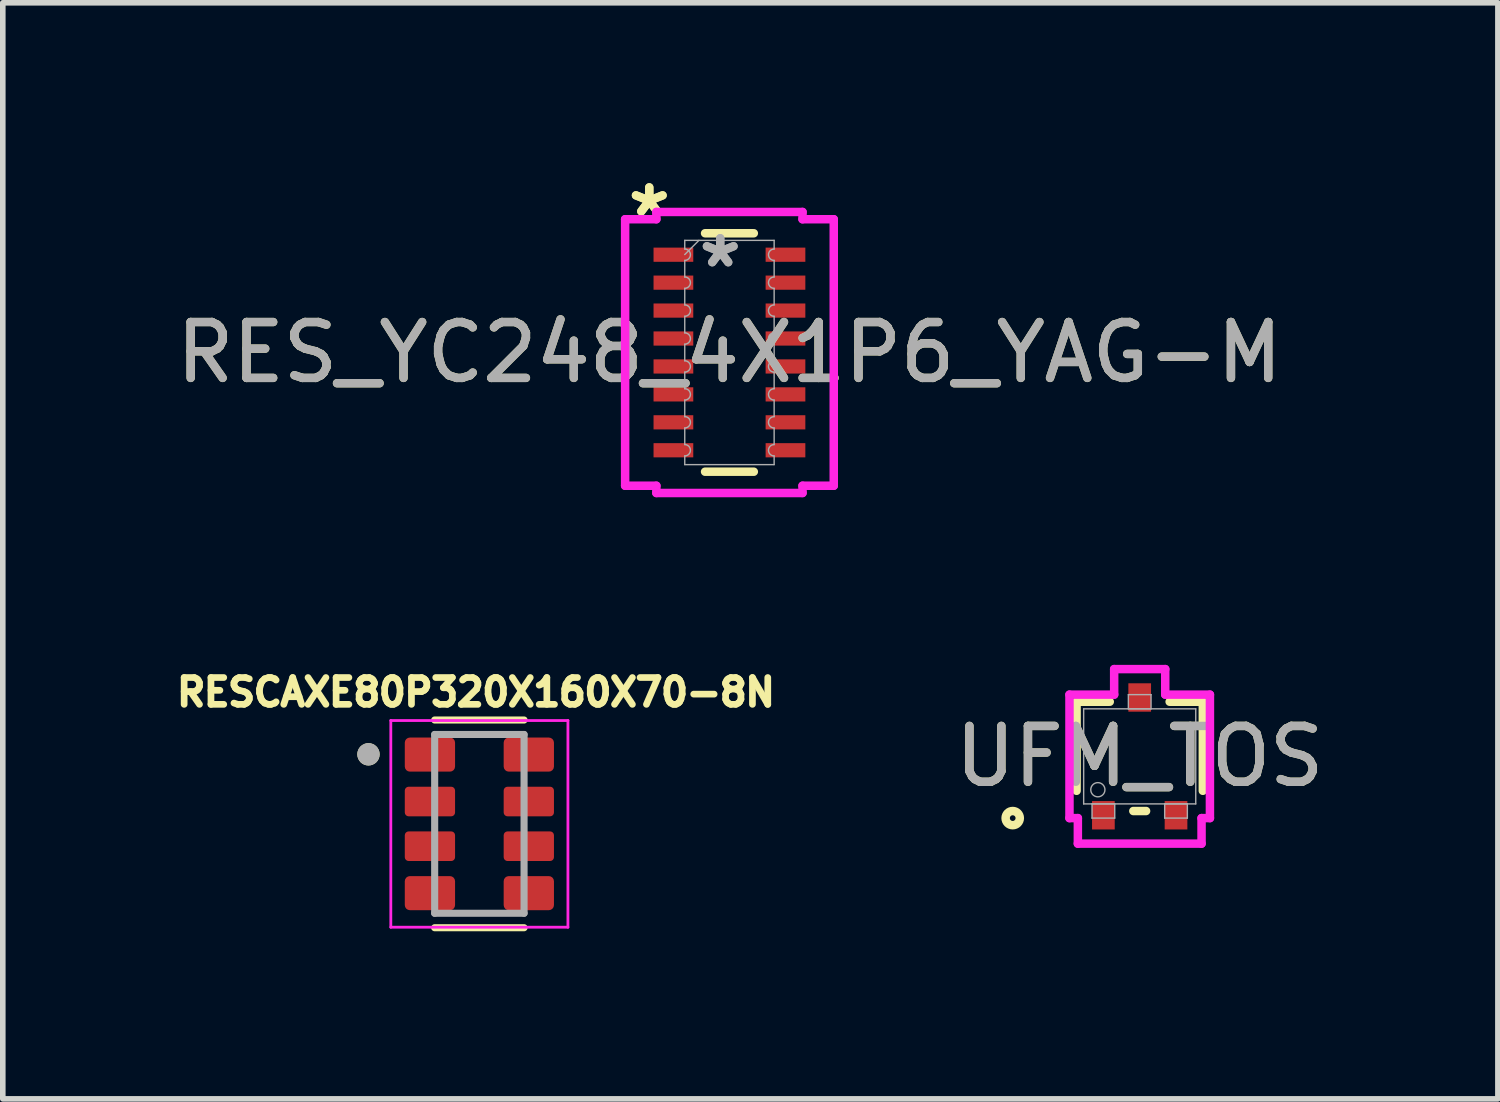
<source format=kicad_pcb>
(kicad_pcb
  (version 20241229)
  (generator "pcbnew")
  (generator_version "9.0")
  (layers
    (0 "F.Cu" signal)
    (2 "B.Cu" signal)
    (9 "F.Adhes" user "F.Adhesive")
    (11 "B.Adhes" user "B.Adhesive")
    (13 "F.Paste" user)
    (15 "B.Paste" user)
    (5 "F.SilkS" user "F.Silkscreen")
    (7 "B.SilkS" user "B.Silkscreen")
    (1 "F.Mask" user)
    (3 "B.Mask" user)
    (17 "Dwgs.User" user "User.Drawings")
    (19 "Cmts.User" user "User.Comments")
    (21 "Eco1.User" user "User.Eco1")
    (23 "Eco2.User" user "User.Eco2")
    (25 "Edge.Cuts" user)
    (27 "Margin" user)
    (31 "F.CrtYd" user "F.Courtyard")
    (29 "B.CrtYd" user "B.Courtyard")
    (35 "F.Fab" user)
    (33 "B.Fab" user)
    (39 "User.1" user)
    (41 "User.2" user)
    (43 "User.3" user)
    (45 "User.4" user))
  (footprint "RES_YC248_4X1P6_YAG-M"
    (layer "F.Cu")
    (at 10.006 3.259)
    (property "Reference" "RES_YC248_4X1P6_YAG-M" (at 0 0 0) (unlocked yes) (layer "F.SilkS") (effects (font (size 1 1) (thickness 0.15))))
    (attr smd)
    (fp_line (start -0.436 -2.134) (end 0.436 -2.134) (stroke (width 0.152) (type solid)) (layer "F.SilkS"))
    (fp_line (start -0.436 2.134) (end 0.436 2.134) (stroke (width 0.152) (type solid)) (layer "F.SilkS"))
    (fp_line (start -1.867 -2.385) (end -1.308 -2.385) (stroke (width 0.152) (type solid)) (layer "F.CrtYd"))
    (fp_line (start -1.867 2.385) (end -1.867 -2.385) (stroke (width 0.152) (type solid)) (layer "F.CrtYd"))
    (fp_line (start -1.867 2.385) (end -1.308 2.385) (stroke (width 0.152) (type solid)) (layer "F.CrtYd"))
    (fp_line (start -1.308 -2.515) (end 1.308 -2.515) (stroke (width 0.152) (type solid)) (layer "F.CrtYd"))
    (fp_line (start -1.308 -2.385) (end -1.308 -2.515) (stroke (width 0.152) (type solid)) (layer "F.CrtYd"))
    (fp_line (start -1.308 2.515) (end -1.308 2.385) (stroke (width 0.152) (type solid)) (layer "F.CrtYd"))
    (fp_line (start 1.308 -2.515) (end 1.308 -2.385) (stroke (width 0.152) (type solid)) (layer "F.CrtYd"))
    (fp_line (start 1.308 2.385) (end 1.308 2.515) (stroke (width 0.152) (type solid)) (layer "F.CrtYd"))
    (fp_line (start 1.308 2.515) (end -1.308 2.515) (stroke (width 0.152) (type solid)) (layer "F.CrtYd"))
    (fp_line (start 1.867 -2.385) (end 1.308 -2.385) (stroke (width 0.152) (type solid)) (layer "F.CrtYd"))
    (fp_line (start 1.867 -2.385) (end 1.867 2.385) (stroke (width 0.152) (type solid)) (layer "F.CrtYd"))
    (fp_line (start 1.867 2.385) (end 1.308 2.385) (stroke (width 0.152) (type solid)) (layer "F.CrtYd"))
    (fp_line (start -0.8 -2.007) (end 0.8 -2.007) (stroke (width 0.025) (type solid)) (layer "F.Fab"))
    (fp_line (start -0.8 -1.852) (end -0.8 -2.007) (stroke (width 0.025) (type solid)) (layer "F.Fab"))
    (fp_line (start -0.8 -1.648) (end -0.8 -1.352) (stroke (width 0.025) (type solid)) (layer "F.Fab"))
    (fp_line (start -0.8 -1.148) (end -0.8 -0.852) (stroke (width 0.025) (type solid)) (layer "F.Fab"))
    (fp_line (start -0.8 -0.648) (end -0.8 -0.352) (stroke (width 0.025) (type solid)) (layer "F.Fab"))
    (fp_line (start -0.8 -0.148) (end -0.8 0.148) (stroke (width 0.025) (type solid)) (layer "F.Fab"))
    (fp_line (start -0.8 0.352) (end -0.8 0.648) (stroke (width 0.025) (type solid)) (layer "F.Fab"))
    (fp_line (start -0.8 0.852) (end -0.8 1.148) (stroke (width 0.025) (type solid)) (layer "F.Fab"))
    (fp_line (start -0.8 1.352) (end -0.8 1.648) (stroke (width 0.025) (type solid)) (layer "F.Fab"))
    (fp_line (start -0.8 1.852) (end -0.8 2.007) (stroke (width 0.025) (type solid)) (layer "F.Fab"))
    (fp_line (start -0.8 2.007) (end 0.8 2.007) (stroke (width 0.025) (type solid)) (layer "F.Fab"))
    (fp_line (start -0.546 -2.007) (end -0.8 -1.753) (stroke (width 0.025) (type solid)) (layer "F.Fab"))
    (fp_line (start 0.8 -1.852) (end 0.8 -2.007) (stroke (width 0.025) (type solid)) (layer "F.Fab"))
    (fp_line (start 0.8 -1.648) (end 0.8 -1.352) (stroke (width 0.025) (type solid)) (layer "F.Fab"))
    (fp_line (start 0.8 -1.148) (end 0.8 -0.852) (stroke (width 0.025) (type solid)) (layer "F.Fab"))
    (fp_line (start 0.8 -0.648) (end 0.8 -0.352) (stroke (width 0.025) (type solid)) (layer "F.Fab"))
    (fp_line (start 0.8 -0.148) (end 0.8 0.148) (stroke (width 0.025) (type solid)) (layer "F.Fab"))
    (fp_line (start 0.8 0.352) (end 0.8 0.648) (stroke (width 0.025) (type solid)) (layer "F.Fab"))
    (fp_line (start 0.8 0.852) (end 0.8 1.148) (stroke (width 0.025) (type solid)) (layer "F.Fab"))
    (fp_line (start 0.8 1.352) (end 0.8 1.648) (stroke (width 0.025) (type solid)) (layer "F.Fab"))
    (fp_line (start 0.8 1.852) (end 0.8 2.007) (stroke (width 0.025) (type solid)) (layer "F.Fab"))
    (fp_arc (start -0.8001 -1.851599) (mid -0.6985 -1.749999) (end -0.8001 -1.648399) (stroke (width 0.0254) (type solid)) (layer "F.Fab"))
    (fp_arc (start -0.8001 -1.3516) (mid -0.6985 -1.25) (end -0.8001 -1.1484) (stroke (width 0.0254) (type solid)) (layer "F.Fab"))
    (fp_arc (start -0.8001 -0.851601) (mid -0.6985 -0.750001) (end -0.8001 -0.648401) (stroke (width 0.0254) (type solid)) (layer "F.Fab"))
    (fp_arc (start -0.8001 -0.351599) (mid -0.6985 -0.25) (end -0.8001 -0.1484) (stroke (width 0.0254) (type solid)) (layer "F.Fab"))
    (fp_arc (start -0.8001 0.1484) (mid -0.6985 0.249999) (end -0.8001 0.351599) (stroke (width 0.0254) (type solid)) (layer "F.Fab"))
    (fp_arc (start -0.8001 0.648401) (mid -0.6985 0.750001) (end -0.8001 0.851601) (stroke (width 0.0254) (type solid)) (layer "F.Fab"))
    (fp_arc (start -0.8001 1.1484) (mid -0.6985 1.25) (end -0.8001 1.3516) (stroke (width 0.0254) (type solid)) (layer "F.Fab"))
    (fp_arc (start -0.8001 1.648399) (mid -0.6985 1.749999) (end -0.8001 1.851599) (stroke (width 0.0254) (type solid)) (layer "F.Fab"))
    (fp_arc (start 0.8001 -1.648399) (mid 0.6985 -1.749999) (end 0.8001 -1.851599) (stroke (width 0.0254) (type solid)) (layer "F.Fab"))
    (fp_arc (start 0.8001 -1.1484) (mid 0.6985 -1.25) (end 0.8001 -1.3516) (stroke (width 0.0254) (type solid)) (layer "F.Fab"))
    (fp_arc (start 0.8001 -0.648401) (mid 0.6985 -0.750001) (end 0.8001 -0.851601) (stroke (width 0.0254) (type solid)) (layer "F.Fab"))
    (fp_arc (start 0.8001 -0.1484) (mid 0.6985 -0.249999) (end 0.8001 -0.351599) (stroke (width 0.0254) (type solid)) (layer "F.Fab"))
    (fp_arc (start 0.8001 0.351599) (mid 0.6985 0.25) (end 0.8001 0.1484) (stroke (width 0.0254) (type solid)) (layer "F.Fab"))
    (fp_arc (start 0.8001 0.851601) (mid 0.6985 0.750001) (end 0.8001 0.648401) (stroke (width 0.0254) (type solid)) (layer "F.Fab"))
    (fp_arc (start 0.8001 1.3516) (mid 0.6985 1.25) (end 0.8001 1.1484) (stroke (width 0.0254) (type solid)) (layer "F.Fab"))
    (fp_arc (start 0.8001 1.851599) (mid 0.6985 1.749999) (end 0.8001 1.648399) (stroke (width 0.0254) (type solid)) (layer "F.Fab"))
    (fp_text user "*" (at -1.435 -2.41 0) (unlocked yes) (layer "F.SilkS") (effects (font (size 1 1) (thickness 0.15))))
    (fp_text user "*" (at -1.435 -2.41 0) (layer "F.SilkS") (effects (font (size 1 1) (thickness 0.15))))
    (fp_text user "*" (at -0.165 -1.499 0) (unlocked yes) (layer "F.Fab") (effects (font (size 1 1) (thickness 0.15))))
    (fp_text user "*" (at -0.165 -1.499 0) (layer "F.Fab") (effects (font (size 1 1) (thickness 0.15))))
    (fp_text user "${REFERENCE}" (at 0 0 0) (unlocked yes) (layer "F.Fab") (effects (font (size 1 1) (thickness 0.15))))
    (pad "1" smd rect (at -1.003 -1.75) (size 0.711 0.254) (layers "F.Cu" "F.Mask" "F.Paste"))
    (pad "2" smd rect (at -1.003 -1.25) (size 0.711 0.254) (layers "F.Cu" "F.Mask" "F.Paste"))
    (pad "3" smd rect (at -1.003 -0.75) (size 0.711 0.254) (layers "F.Cu" "F.Mask" "F.Paste"))
    (pad "4" smd rect (at -1.003 -0.25) (size 0.711 0.254) (layers "F.Cu" "F.Mask" "F.Paste"))
    (pad "5" smd rect (at -1.003 0.25) (size 0.711 0.254) (layers "F.Cu" "F.Mask" "F.Paste"))
    (pad "6" smd rect (at -1.003 0.75) (size 0.711 0.254) (layers "F.Cu" "F.Mask" "F.Paste"))
    (pad "7" smd rect (at -1.003 1.25) (size 0.711 0.254) (layers "F.Cu" "F.Mask" "F.Paste"))
    (pad "8" smd rect (at -1.003 1.75) (size 0.711 0.254) (layers "F.Cu" "F.Mask" "F.Paste"))
    (pad "9" smd rect (at 1.003 1.75) (size 0.711 0.254) (layers "F.Cu" "F.Mask" "F.Paste"))
    (pad "10" smd rect (at 1.003 1.25) (size 0.711 0.254) (layers "F.Cu" "F.Mask" "F.Paste"))
    (pad "11" smd rect (at 1.003 0.75) (size 0.711 0.254) (layers "F.Cu" "F.Mask" "F.Paste"))
    (pad "12" smd rect (at 1.003 0.25) (size 0.711 0.254) (layers "F.Cu" "F.Mask" "F.Paste"))
    (pad "13" smd rect (at 1.003 -0.25) (size 0.711 0.254) (layers "F.Cu" "F.Mask" "F.Paste"))
    (pad "14" smd rect (at 1.003 -0.75) (size 0.711 0.254) (layers "F.Cu" "F.Mask" "F.Paste"))
    (pad "15" smd rect (at 1.003 -1.25) (size 0.711 0.254) (layers "F.Cu" "F.Mask" "F.Paste"))
    (pad "16" smd rect (at 1.003 -1.75) (size 0.711 0.254) (layers "F.Cu" "F.Mask" "F.Paste")))
  (footprint "RESCAXE80P320X160X70-8N"
    (layer "F.Cu")
    (at 5.53 11.696)
    (property "Reference" "RESCAXE80P320X160X70-8N" (at -0.061 -2.355 0) (layer "F.SilkS") (effects (font (size 0.48 0.48) (thickness 0.15))))
    (attr smd)
    (fp_line (start -0.8 1.859) (end 0.8 1.859) (stroke (width 0.127) (type solid)) (layer "F.SilkS"))
    (fp_line (start 0.8 -1.859) (end -0.8 -1.859) (stroke (width 0.127) (type solid)) (layer "F.SilkS"))
    (fp_circle (center -1.985 -1.245) (end -1.885 -1.245) (stroke (width 0.2) (type solid)) (fill no) (layer "F.SilkS"))
    (fp_line (start -1.585 -1.85) (end -1.585 1.85) (stroke (width 0.05) (type solid)) (layer "F.CrtYd"))
    (fp_line (start -1.585 1.85) (end 1.585 1.85) (stroke (width 0.05) (type solid)) (layer "F.CrtYd"))
    (fp_line (start 1.585 -1.85) (end -1.585 -1.85) (stroke (width 0.05) (type solid)) (layer "F.CrtYd"))
    (fp_line (start 1.585 1.85) (end 1.585 -1.85) (stroke (width 0.05) (type solid)) (layer "F.CrtYd"))
    (fp_line (start -0.8 -1.6) (end -0.8 1.6) (stroke (width 0.127) (type solid)) (layer "F.Fab"))
    (fp_line (start -0.8 1.6) (end 0.8 1.6) (stroke (width 0.127) (type solid)) (layer "F.Fab"))
    (fp_line (start 0.8 -1.6) (end -0.8 -1.6) (stroke (width 0.127) (type solid)) (layer "F.Fab"))
    (fp_line (start 0.8 1.6) (end 0.8 -1.6) (stroke (width 0.127) (type solid)) (layer "F.Fab"))
    (fp_circle (center -1.985 -1.245) (end -1.885 -1.245) (stroke (width 0.2) (type solid)) (fill no) (layer "F.Fab"))
    (pad "1" smd roundrect (at -0.885 -1.24) (size 0.9 0.61) (layers "F.Cu" "F.Mask" "F.Paste") (roundrect_rratio 0.15))
    (pad "2" smd roundrect (at -0.885 -0.4) (size 0.9 0.53) (layers "F.Cu" "F.Mask" "F.Paste") (roundrect_rratio 0.13))
    (pad "3" smd roundrect (at -0.885 0.4) (size 0.9 0.53) (layers "F.Cu" "F.Mask" "F.Paste") (roundrect_rratio 0.13))
    (pad "4" smd roundrect (at -0.885 1.24) (size 0.9 0.61) (layers "F.Cu" "F.Mask" "F.Paste") (roundrect_rratio 0.15))
    (pad "5" smd roundrect (at 0.885 1.24) (size 0.9 0.61) (layers "F.Cu" "F.Mask" "F.Paste") (roundrect_rratio 0.15))
    (pad "6" smd roundrect (at 0.885 0.4) (size 0.9 0.53) (layers "F.Cu" "F.Mask" "F.Paste") (roundrect_rratio 0.13))
    (pad "7" smd roundrect (at 0.885 -0.4) (size 0.9 0.53) (layers "F.Cu" "F.Mask" "F.Paste") (roundrect_rratio 0.13))
    (pad "8" smd roundrect (at 0.885 -1.24) (size 0.9 0.61) (layers "F.Cu" "F.Mask" "F.Paste") (roundrect_rratio 0.15)))
  (footprint "UFM_TOS"
    (layer "F.Cu")
    (at 17.349 10.488)
    (property "Reference" "UFM_TOS" (at 0 0 0) (unlocked yes) (layer "F.SilkS") (effects (font (size 1 1) (thickness 0.15))))
    (attr smd)
    (fp_line (start -1.13 -0.978) (end -1.13 0.616) (stroke (width 0.152) (type solid)) (layer "F.SilkS"))
    (fp_line (start -0.536 -0.978) (end -1.13 -0.978) (stroke (width 0.152) (type solid)) (layer "F.SilkS"))
    (fp_line (start -0.114 0.978) (end 0.114 0.978) (stroke (width 0.152) (type solid)) (layer "F.SilkS"))
    (fp_line (start 1.13 -0.978) (end 0.536 -0.978) (stroke (width 0.152) (type solid)) (layer "F.SilkS"))
    (fp_line (start 1.13 0.616) (end 1.13 -0.978) (stroke (width 0.152) (type solid)) (layer "F.SilkS"))
    (fp_circle (center -2.273 1.105) (end -2.146 1.105) (stroke (width 0.152) (type solid)) (fill no) (layer "F.SilkS"))
    (fp_line (start -1.257 -1.105) (end -0.457 -1.105) (stroke (width 0.152) (type solid)) (layer "F.CrtYd"))
    (fp_line (start -1.257 1.105) (end -1.257 -1.105) (stroke (width 0.152) (type solid)) (layer "F.CrtYd"))
    (fp_line (start -1.257 1.105) (end -1.107 1.105) (stroke (width 0.152) (type solid)) (layer "F.CrtYd"))
    (fp_line (start -1.107 1.105) (end -1.107 1.562) (stroke (width 0.152) (type solid)) (layer "F.CrtYd"))
    (fp_line (start -1.107 1.562) (end 1.107 1.562) (stroke (width 0.152) (type solid)) (layer "F.CrtYd"))
    (fp_line (start -0.457 -1.562) (end 0.457 -1.562) (stroke (width 0.152) (type solid)) (layer "F.CrtYd"))
    (fp_line (start -0.457 -1.105) (end -0.457 -1.562) (stroke (width 0.152) (type solid)) (layer "F.CrtYd"))
    (fp_line (start 0.457 -1.105) (end 0.457 -1.562) (stroke (width 0.152) (type solid)) (layer "F.CrtYd"))
    (fp_line (start 1.107 1.105) (end 1.107 1.562) (stroke (width 0.152) (type solid)) (layer "F.CrtYd"))
    (fp_line (start 1.257 -1.105) (end 0.457 -1.105) (stroke (width 0.152) (type solid)) (layer "F.CrtYd"))
    (fp_line (start 1.257 -1.105) (end 1.257 1.105) (stroke (width 0.152) (type solid)) (layer "F.CrtYd"))
    (fp_line (start 1.257 1.105) (end 1.107 1.105) (stroke (width 0.152) (type solid)) (layer "F.CrtYd"))
    (fp_line (start -1.003 -0.851) (end -1.003 0.851) (stroke (width 0.025) (type solid)) (layer "F.Fab"))
    (fp_line (start -1.003 0.851) (end 1.003 0.851) (stroke (width 0.025) (type solid)) (layer "F.Fab"))
    (fp_line (start -0.853 0.851) (end -0.853 1.105) (stroke (width 0.025) (type solid)) (layer "F.Fab"))
    (fp_line (start -0.853 1.105) (end -0.447 1.105) (stroke (width 0.025) (type solid)) (layer "F.Fab"))
    (fp_line (start -0.447 0.851) (end -0.853 0.851) (stroke (width 0.025) (type solid)) (layer "F.Fab"))
    (fp_line (start -0.447 1.105) (end -0.447 0.851) (stroke (width 0.025) (type solid)) (layer "F.Fab"))
    (fp_line (start -0.203 -1.105) (end -0.203 -0.851) (stroke (width 0.025) (type solid)) (layer "F.Fab"))
    (fp_line (start -0.203 -0.851) (end 0.203 -0.851) (stroke (width 0.025) (type solid)) (layer "F.Fab"))
    (fp_line (start 0.203 -1.105) (end -0.203 -1.105) (stroke (width 0.025) (type solid)) (layer "F.Fab"))
    (fp_line (start 0.203 -0.851) (end 0.203 -1.105) (stroke (width 0.025) (type solid)) (layer "F.Fab"))
    (fp_line (start 0.447 0.851) (end 0.447 1.105) (stroke (width 0.025) (type solid)) (layer "F.Fab"))
    (fp_line (start 0.447 1.105) (end 0.853 1.105) (stroke (width 0.025) (type solid)) (layer "F.Fab"))
    (fp_line (start 0.853 0.851) (end 0.447 0.851) (stroke (width 0.025) (type solid)) (layer "F.Fab"))
    (fp_line (start 0.853 1.105) (end 0.853 0.851) (stroke (width 0.025) (type solid)) (layer "F.Fab"))
    (fp_line (start 1.003 -0.851) (end -1.003 -0.851) (stroke (width 0.025) (type solid)) (layer "F.Fab"))
    (fp_line (start 1.003 0.851) (end 1.003 -0.851) (stroke (width 0.025) (type solid)) (layer "F.Fab"))
    (fp_circle (center -0.749 0.597) (end -0.622 0.597) (stroke (width 0.025) (type solid)) (fill no) (layer "F.Fab"))
    (fp_text user "${REFERENCE}" (at 0 0 0) (unlocked yes) (layer "F.Fab") (effects (font (size 1 1) (thickness 0.15))))
    (pad "1" smd rect (at -0.65 1.054) (size 0.406 0.508) (layers "F.Cu" "F.Mask" "F.Paste"))
    (pad "2" smd rect (at 0.65 1.054) (size 0.406 0.508) (layers "F.Cu" "F.Mask" "F.Paste"))
    (pad "3" smd rect (at 0 -1.054) (size 0.406 0.508) (layers "F.Cu" "F.Mask" "F.Paste")))
  (gr_rect
    (start -3 -3)
    (end 23.76 16.618)
    (stroke (width 0.1) (type default))
    (fill no)
    (layer "Edge.Cuts")))
</source>
